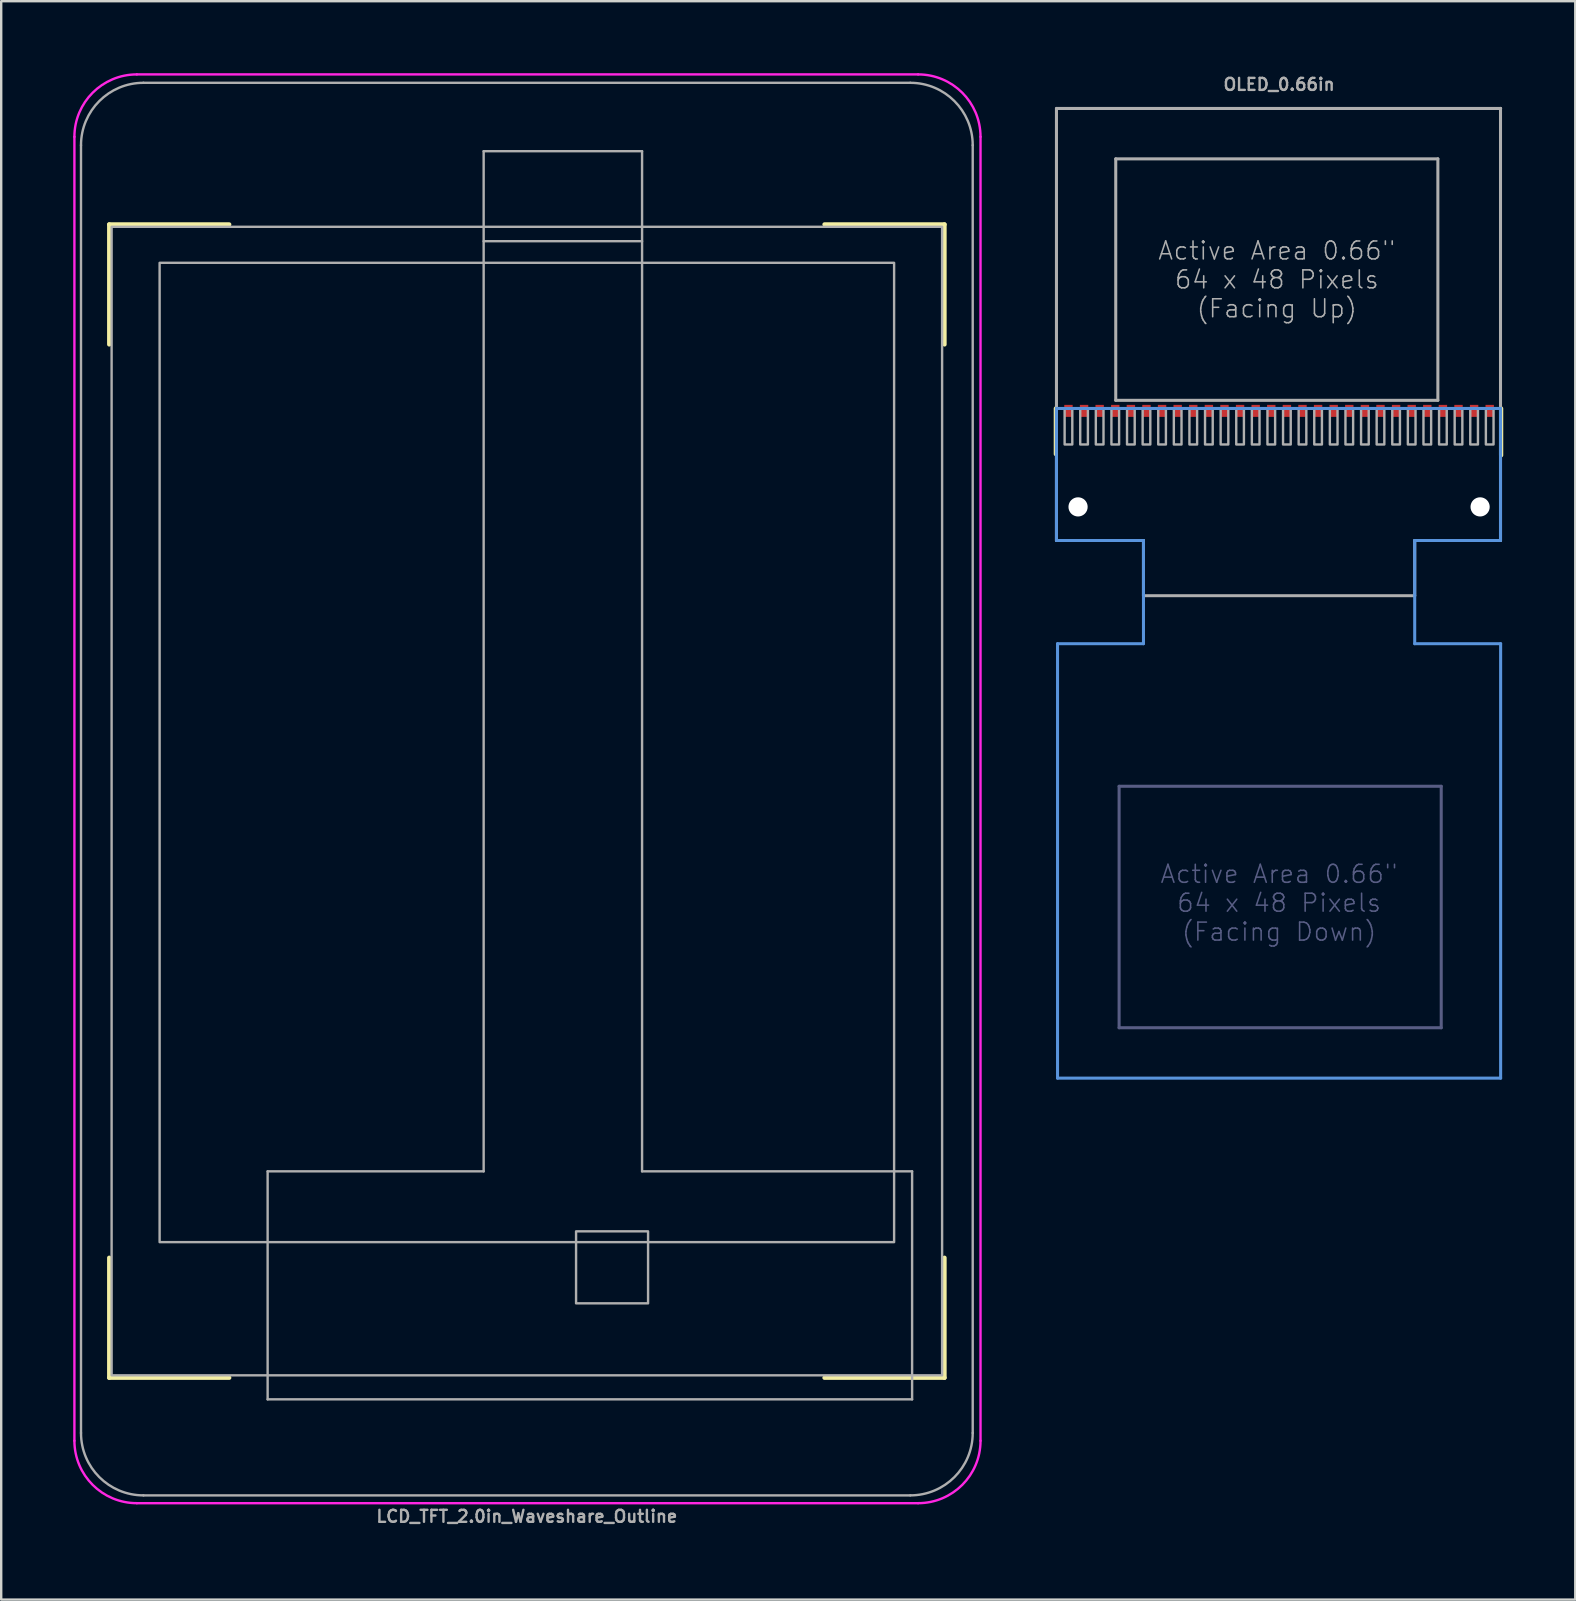
<source format=kicad_pcb>
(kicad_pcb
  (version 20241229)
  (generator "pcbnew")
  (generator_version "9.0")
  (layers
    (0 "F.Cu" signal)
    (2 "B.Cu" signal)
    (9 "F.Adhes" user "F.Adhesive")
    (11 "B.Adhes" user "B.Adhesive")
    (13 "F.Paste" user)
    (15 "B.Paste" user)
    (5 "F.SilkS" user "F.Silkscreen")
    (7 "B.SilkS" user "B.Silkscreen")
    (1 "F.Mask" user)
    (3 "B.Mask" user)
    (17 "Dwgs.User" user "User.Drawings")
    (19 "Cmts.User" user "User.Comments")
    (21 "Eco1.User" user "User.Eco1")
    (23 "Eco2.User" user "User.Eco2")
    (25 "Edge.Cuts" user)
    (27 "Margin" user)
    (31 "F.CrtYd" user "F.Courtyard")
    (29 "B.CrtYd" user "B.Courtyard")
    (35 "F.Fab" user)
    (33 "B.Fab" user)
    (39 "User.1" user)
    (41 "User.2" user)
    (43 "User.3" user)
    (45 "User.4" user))
  (footprint "OLED_0.66in"
    (layer "F.Cu")
    (at 50.239 14.668)
    (property "Reference" "OLED_0.66in" (at 0 -14.2 0) (unlocked yes) (layer "F.Fab") (effects (font (size 0.5 0.5) (thickness 0.1))))
    (fp_line (start -9.3 -0.7) (end -9.3 1.2) (stroke (width 0.178) (type default)) (layer "F.SilkS"))
    (fp_line (start 9.25 -0.7) (end 9.25 1.25) (stroke (width 0.178) (type default)) (layer "F.SilkS"))
    (fp_line (start -9.275 -0.7) (end -9.275 4.8) (stroke (width 0.127) (type solid)) (layer "Cmts.User"))
    (fp_line (start -9.275 4.8) (end -5.65 4.8) (stroke (width 0.127) (type solid)) (layer "Cmts.User"))
    (fp_line (start -9.23 9.1) (end -9.23 27.2) (stroke (width 0.127) (type solid)) (layer "Cmts.User"))
    (fp_line (start -9.23 27.2) (end 9.23 27.2) (stroke (width 0.127) (type solid)) (layer "Cmts.User"))
    (fp_line (start -5.65 4.8) (end -5.65 9.1) (stroke (width 0.127) (type solid)) (layer "Cmts.User"))
    (fp_line (start -5.65 9.1) (end -9.23 9.1) (stroke (width 0.127) (type solid)) (layer "Cmts.User"))
    (fp_line (start 5.65 4.8) (end 9.225 4.8) (stroke (width 0.127) (type solid)) (layer "Cmts.User"))
    (fp_line (start 5.65 9.1) (end 5.65 4.8) (stroke (width 0.127) (type solid)) (layer "Cmts.User"))
    (fp_line (start 9.225 -0.7) (end -9.275 -0.7) (stroke (width 0.127) (type solid)) (layer "Cmts.User"))
    (fp_line (start 9.225 4.8) (end 9.225 -0.7) (stroke (width 0.127) (type solid)) (layer "Cmts.User"))
    (fp_line (start 9.23 9.1) (end 5.65 9.1) (stroke (width 0.127) (type solid)) (layer "Cmts.User"))
    (fp_line (start 9.23 27.2) (end 9.23 9.1) (stroke (width 0.127) (type solid)) (layer "Cmts.User"))
    (fp_line (start -6.665 15.04) (end -6.665 25.1) (stroke (width 0.127) (type solid)) (layer "B.Fab"))
    (fp_line (start -6.665 25.1) (end 6.755 25.1) (stroke (width 0.127) (type solid)) (layer "B.Fab"))
    (fp_line (start 6.755 15.04) (end -6.665 15.04) (stroke (width 0.127) (type solid)) (layer "B.Fab"))
    (fp_line (start 6.755 25.1) (end 6.755 15.04) (stroke (width 0.127) (type solid)) (layer "B.Fab"))
    (fp_line (start -9.275 -13.2) (end -9.275 4.8) (stroke (width 0.127) (type solid)) (layer "F.Fab"))
    (fp_line (start -9.275 -13.2) (end 9.225 -13.2) (stroke (width 0.127) (type solid)) (layer "F.Fab"))
    (fp_line (start -9.275 4.8) (end -5.65 4.8) (stroke (width 0.127) (type solid)) (layer "F.Fab"))
    (fp_line (start -6.805 -11.1) (end -6.805 -1.04) (stroke (width 0.127) (type solid)) (layer "F.Fab"))
    (fp_line (start -6.805 -1.04) (end 6.615 -1.04) (stroke (width 0.127) (type solid)) (layer "F.Fab"))
    (fp_line (start -5.65 4.8) (end -5.65 7.1) (stroke (width 0.127) (type solid)) (layer "F.Fab"))
    (fp_line (start -5.65 7.1) (end 5.65 7.1) (stroke (width 0.127) (type solid)) (layer "F.Fab"))
    (fp_line (start 5.65 4.8) (end 9.225 4.8) (stroke (width 0.127) (type solid)) (layer "F.Fab"))
    (fp_line (start 5.65 7.1) (end 5.65 4.8) (stroke (width 0.127) (type solid)) (layer "F.Fab"))
    (fp_line (start 6.615 -11.1) (end -6.805 -11.1) (stroke (width 0.127) (type solid)) (layer "F.Fab"))
    (fp_line (start 6.615 -1.04) (end 6.615 -11.1) (stroke (width 0.127) (type solid)) (layer "F.Fab"))
    (fp_line (start 9.225 -13.2) (end 9.23 -13.2) (stroke (width 0.127) (type solid)) (layer "F.Fab"))
    (fp_line (start 9.225 4.8) (end 9.225 -13.2) (stroke (width 0.127) (type solid)) (layer "F.Fab"))
    (fp_poly (pts (xy -8.615 -0.7) (xy -8.935 -0.7) (xy -8.935 0.8) (xy -8.615 0.8)) (stroke (width 0.1) (type default)) (fill no) (layer "F.Fab"))
    (fp_poly (pts (xy -7.965 -0.7) (xy -8.285 -0.7) (xy -8.285 0.8) (xy -7.965 0.8)) (stroke (width 0.1) (type default)) (fill no) (layer "F.Fab"))
    (fp_poly (pts (xy -7.315 -0.7) (xy -7.635 -0.7) (xy -7.635 0.8) (xy -7.315 0.8)) (stroke (width 0.1) (type default)) (fill no) (layer "F.Fab"))
    (fp_poly (pts (xy -6.665 -0.7) (xy -6.985 -0.7) (xy -6.985 0.8) (xy -6.665 0.8)) (stroke (width 0.1) (type default)) (fill no) (layer "F.Fab"))
    (fp_poly (pts (xy -6.015 -0.7) (xy -6.335 -0.7) (xy -6.335 0.8) (xy -6.015 0.8)) (stroke (width 0.1) (type default)) (fill no) (layer "F.Fab"))
    (fp_poly (pts (xy -5.365 -0.7) (xy -5.685 -0.7) (xy -5.685 0.8) (xy -5.365 0.8)) (stroke (width 0.1) (type default)) (fill no) (layer "F.Fab"))
    (fp_poly (pts (xy -4.715 -0.7) (xy -5.035 -0.7) (xy -5.035 0.8) (xy -4.715 0.8)) (stroke (width 0.1) (type default)) (fill no) (layer "F.Fab"))
    (fp_poly (pts (xy -4.065 -0.7) (xy -4.385 -0.7) (xy -4.385 0.8) (xy -4.065 0.8)) (stroke (width 0.1) (type default)) (fill no) (layer "F.Fab"))
    (fp_poly (pts (xy -3.415 -0.7) (xy -3.735 -0.7) (xy -3.735 0.8) (xy -3.415 0.8)) (stroke (width 0.1) (type default)) (fill no) (layer "F.Fab"))
    (fp_poly (pts (xy -2.765 -0.7) (xy -3.085 -0.7) (xy -3.085 0.8) (xy -2.765 0.8)) (stroke (width 0.1) (type default)) (fill no) (layer "F.Fab"))
    (fp_poly (pts (xy -2.115 -0.7) (xy -2.435 -0.7) (xy -2.435 0.8) (xy -2.115 0.8)) (stroke (width 0.1) (type default)) (fill no) (layer "F.Fab"))
    (fp_poly (pts (xy -1.465 -0.7) (xy -1.785 -0.7) (xy -1.785 0.8) (xy -1.465 0.8)) (stroke (width 0.1) (type default)) (fill no) (layer "F.Fab"))
    (fp_poly (pts (xy -0.815 -0.7) (xy -1.135 -0.7) (xy -1.135 0.8) (xy -0.815 0.8)) (stroke (width 0.1) (type default)) (fill no) (layer "F.Fab"))
    (fp_poly (pts (xy -0.165 -0.7) (xy -0.485 -0.7) (xy -0.485 0.8) (xy -0.165 0.8)) (stroke (width 0.1) (type default)) (fill no) (layer "F.Fab"))
    (fp_poly (pts (xy 0.485 -0.7) (xy 0.165 -0.7) (xy 0.165 0.8) (xy 0.485 0.8)) (stroke (width 0.1) (type default)) (fill no) (layer "F.Fab"))
    (fp_poly (pts (xy 1.135 -0.7) (xy 0.815 -0.7) (xy 0.815 0.8) (xy 1.135 0.8)) (stroke (width 0.1) (type default)) (fill no) (layer "F.Fab"))
    (fp_poly (pts (xy 1.785 -0.7) (xy 1.465 -0.7) (xy 1.465 0.8) (xy 1.785 0.8)) (stroke (width 0.1) (type default)) (fill no) (layer "F.Fab"))
    (fp_poly (pts (xy 2.435 -0.7) (xy 2.115 -0.7) (xy 2.115 0.8) (xy 2.435 0.8)) (stroke (width 0.1) (type default)) (fill no) (layer "F.Fab"))
    (fp_poly (pts (xy 3.085 -0.7) (xy 2.765 -0.7) (xy 2.765 0.8) (xy 3.085 0.8)) (stroke (width 0.1) (type default)) (fill no) (layer "F.Fab"))
    (fp_poly (pts (xy 3.735 -0.7) (xy 3.415 -0.7) (xy 3.415 0.8) (xy 3.735 0.8)) (stroke (width 0.1) (type default)) (fill no) (layer "F.Fab"))
    (fp_poly (pts (xy 4.385 -0.7) (xy 4.065 -0.7) (xy 4.065 0.8) (xy 4.385 0.8)) (stroke (width 0.1) (type default)) (fill no) (layer "F.Fab"))
    (fp_poly (pts (xy 5.035 -0.7) (xy 4.715 -0.7) (xy 4.715 0.8) (xy 5.035 0.8)) (stroke (width 0.1) (type default)) (fill no) (layer "F.Fab"))
    (fp_poly (pts (xy 5.685 -0.7) (xy 5.365 -0.7) (xy 5.365 0.8) (xy 5.685 0.8)) (stroke (width 0.1) (type default)) (fill no) (layer "F.Fab"))
    (fp_poly (pts (xy 6.335 -0.7) (xy 6.015 -0.7) (xy 6.015 0.8) (xy 6.335 0.8)) (stroke (width 0.1) (type default)) (fill no) (layer "F.Fab"))
    (fp_poly (pts (xy 6.985 -0.7) (xy 6.665 -0.7) (xy 6.665 0.8) (xy 6.985 0.8)) (stroke (width 0.1) (type default)) (fill no) (layer "F.Fab"))
    (fp_poly (pts (xy 7.635 -0.7) (xy 7.315 -0.7) (xy 7.315 0.8) (xy 7.635 0.8)) (stroke (width 0.1) (type default)) (fill no) (layer "F.Fab"))
    (fp_poly (pts (xy 8.285 -0.7) (xy 7.965 -0.7) (xy 7.965 0.8) (xy 8.285 0.8)) (stroke (width 0.1) (type default)) (fill no) (layer "F.Fab"))
    (fp_poly (pts (xy 8.935 -0.7) (xy 8.615 -0.7) (xy 8.615 0.8) (xy 8.935 0.8)) (stroke (width 0.1) (type default)) (fill no) (layer "F.Fab"))
    (fp_text user "Active Area 0.66\"\n64 x 48 Pixels\n(Facing Down)" (at 0 19.9 0) (layer "B.Fab") (effects (font (size 0.748 0.748) (thickness 0.065))))
    (fp_text user "Active Area 0.66\"\n64 x 48 Pixels\n(Facing Up)" (at -0.095 -6.07 0) (layer "F.Fab") (effects (font (size 0.748 0.748) (thickness 0.065))))
    (pad "" np_thru_hole circle (at -8.375 3.4) (size 0.8 0.8) (drill 0.8) (layers "*.Cu" "*.Mask"))
    (pad "" np_thru_hole circle (at 8.375 3.4) (size 0.8 0.8) (drill 0.8) (layers "*.Cu" "*.Mask"))
    (pad "1" smd rect (at -8.775 -0.6) (size 0.35 0.5) (layers "F.Cu" "F.Mask" "F.Paste"))
    (pad "2" smd rect (at -8.125 -0.6) (size 0.35 0.5) (layers "F.Cu" "F.Mask" "F.Paste"))
    (pad "3" smd rect (at -7.475 -0.6) (size 0.35 0.5) (layers "F.Cu" "F.Mask" "F.Paste"))
    (pad "4" smd rect (at -6.825 -0.6) (size 0.35 0.5) (layers "F.Cu" "F.Mask" "F.Paste"))
    (pad "5" smd rect (at -6.175 -0.6) (size 0.35 0.5) (layers "F.Cu" "F.Mask" "F.Paste"))
    (pad "6" smd rect (at -5.525 -0.6) (size 0.35 0.5) (layers "F.Cu" "F.Mask" "F.Paste"))
    (pad "7" smd rect (at -4.875 -0.6) (size 0.35 0.5) (layers "F.Cu" "F.Mask" "F.Paste"))
    (pad "8" smd rect (at -4.225 -0.6) (size 0.35 0.5) (layers "F.Cu" "F.Mask" "F.Paste"))
    (pad "9" smd rect (at -3.575 -0.6) (size 0.35 0.5) (layers "F.Cu" "F.Mask" "F.Paste"))
    (pad "10" smd rect (at -2.925 -0.6) (size 0.35 0.5) (layers "F.Cu" "F.Mask" "F.Paste"))
    (pad "11" smd rect (at -2.275 -0.6) (size 0.35 0.5) (layers "F.Cu" "F.Mask" "F.Paste"))
    (pad "12" smd rect (at -1.625 -0.6) (size 0.35 0.5) (layers "F.Cu" "F.Mask" "F.Paste"))
    (pad "13" smd rect (at -0.975 -0.6) (size 0.35 0.5) (layers "F.Cu" "F.Mask" "F.Paste"))
    (pad "14" smd rect (at -0.325 -0.6) (size 0.35 0.5) (layers "F.Cu" "F.Mask" "F.Paste"))
    (pad "15" smd rect (at 0.325 -0.6) (size 0.35 0.5) (layers "F.Cu" "F.Mask" "F.Paste"))
    (pad "16" smd rect (at 0.975 -0.6) (size 0.35 0.5) (layers "F.Cu" "F.Mask" "F.Paste"))
    (pad "17" smd rect (at 1.625 -0.6) (size 0.35 0.5) (layers "F.Cu" "F.Mask" "F.Paste"))
    (pad "18" smd rect (at 2.275 -0.6) (size 0.35 0.5) (layers "F.Cu" "F.Mask" "F.Paste"))
    (pad "19" smd rect (at 2.925 -0.6) (size 0.35 0.5) (layers "F.Cu" "F.Mask" "F.Paste"))
    (pad "20" smd rect (at 3.575 -0.6) (size 0.35 0.5) (layers "F.Cu" "F.Mask" "F.Paste"))
    (pad "21" smd rect (at 4.225 -0.6) (size 0.35 0.5) (layers "F.Cu" "F.Mask" "F.Paste"))
    (pad "22" smd rect (at 4.875 -0.6) (size 0.35 0.5) (layers "F.Cu" "F.Mask" "F.Paste"))
    (pad "23" smd rect (at 5.525 -0.6) (size 0.35 0.5) (layers "F.Cu" "F.Mask" "F.Paste"))
    (pad "24" smd rect (at 6.175 -0.6) (size 0.35 0.5) (layers "F.Cu" "F.Mask" "F.Paste"))
    (pad "25" smd rect (at 6.825 -0.6) (size 0.35 0.5) (layers "F.Cu" "F.Mask" "F.Paste"))
    (pad "26" smd rect (at 7.475 -0.6) (size 0.35 0.5) (layers "F.Cu" "F.Mask" "F.Paste"))
    (pad "27" smd rect (at 8.125 -0.6) (size 0.35 0.5) (layers "F.Cu" "F.Mask" "F.Paste"))
    (pad "28" smd rect (at 8.775 -0.6) (size 0.35 0.5) (layers "F.Cu" "F.Mask" "F.Paste")))
  (footprint "LCD_TFT_2.0in_Waveshare_Outline"
    (layer "F.Cu")
    (at 18.9 29.825)
    (property "Reference" "LCD_TFT_2.0in_Waveshare_Outline" (at 0 30.3 0) (unlocked yes) (layer "F.Fab") (effects (font (size 0.5 0.5) (thickness 0.1))))
    (fp_line (start -17.4 -23.525) (end -12.4 -23.525) (stroke (width 0.178) (type default)) (layer "F.SilkS"))
    (fp_line (start -17.4 -18.525) (end -17.4 -23.525) (stroke (width 0.178) (type default)) (layer "F.SilkS"))
    (fp_line (start -17.4 24.525) (end -17.4 19.525) (stroke (width 0.178) (type default)) (layer "F.SilkS"))
    (fp_line (start -12.4 24.525) (end -17.4 24.525) (stroke (width 0.178) (type default)) (layer "F.SilkS"))
    (fp_line (start 12.4 -23.525) (end 17.4 -23.525) (stroke (width 0.178) (type default)) (layer "F.SilkS"))
    (fp_line (start 17.4 -23.525) (end 17.4 -18.525) (stroke (width 0.178) (type default)) (layer "F.SilkS"))
    (fp_line (start 17.4 19.525) (end 17.4 24.525) (stroke (width 0.178) (type default)) (layer "F.SilkS"))
    (fp_line (start 17.4 24.525) (end 12.4 24.525) (stroke (width 0.178) (type default)) (layer "F.SilkS"))
    (fp_line (start -18.85 27.15) (end -18.85 -27.175) (stroke (width 0.1) (type default)) (layer "F.CrtYd"))
    (fp_line (start -16.25 29.75) (end 16.3 29.75) (stroke (width 0.1) (type default)) (layer "F.CrtYd"))
    (fp_line (start 16.3 -29.775) (end -16.25 -29.775) (stroke (width 0.1) (type default)) (layer "F.CrtYd"))
    (fp_line (start 18.9 27.15) (end 18.9 -27.175) (stroke (width 0.1) (type default)) (layer "F.CrtYd"))
    (fp_arc (start -18.85 -27.175) (mid -18.088478 -29.013478) (end -16.25 -29.775) (stroke (width 0.1) (type default)) (layer "F.CrtYd"))
    (fp_arc (start -16.25 29.75) (mid -18.088478 28.988478) (end -18.85 27.15) (stroke (width 0.1) (type default)) (layer "F.CrtYd"))
    (fp_arc (start 16.3 -29.775) (mid 18.138478 -29.013478) (end 18.9 -27.175) (stroke (width 0.1) (type default)) (layer "F.CrtYd"))
    (fp_arc (start 18.9 27.15) (mid 18.138478 28.988478) (end 16.3 29.75) (stroke (width 0.1) (type default)) (layer "F.CrtYd"))
    (fp_line (start -18.575 -26.825) (end -18.575 26.825) (stroke (width 0.1) (type default)) (layer "F.Fab"))
    (fp_line (start -15.975 29.425) (end 15.975 29.425) (stroke (width 0.1) (type default)) (layer "F.Fab"))
    (fp_line (start -10.8 15.925) (end -10.8 25.425) (stroke (width 0.1) (type default)) (layer "F.Fab"))
    (fp_line (start -10.8 15.925) (end -1.8 15.925) (stroke (width 0.1) (type default)) (layer "F.Fab"))
    (fp_line (start -10.8 25.425) (end 16.05 25.425) (stroke (width 0.1) (type default)) (layer "F.Fab"))
    (fp_line (start -1.8 -26.575) (end -1.8 15.925) (stroke (width 0.1) (type default)) (layer "F.Fab"))
    (fp_line (start -1.8 -26.575) (end 4.8 -26.575) (stroke (width 0.1) (type default)) (layer "F.Fab"))
    (fp_line (start -1.8 -22.825) (end 4.8 -22.825) (stroke (width 0.1) (type default)) (layer "F.Fab"))
    (fp_line (start 4.8 -26.575) (end 4.8 15.925) (stroke (width 0.1) (type default)) (layer "F.Fab"))
    (fp_line (start 4.8 15.925) (end 16.05 15.925) (stroke (width 0.1) (type default)) (layer "F.Fab"))
    (fp_line (start 15.975 -29.425) (end -15.975 -29.425) (stroke (width 0.1) (type default)) (layer "F.Fab"))
    (fp_line (start 16.05 15.925) (end 16.05 25.425) (stroke (width 0.1) (type default)) (layer "F.Fab"))
    (fp_line (start 18.575 26.825) (end 18.575 -26.825) (stroke (width 0.1) (type default)) (layer "F.Fab"))
    (fp_rect (start -17.3 -23.425) (end 17.3 24.425) (stroke (width 0.1) (type default)) (fill no) (layer "F.Fab"))
    (fp_rect (start -15.3 -21.925) (end 15.3 18.875) (stroke (width 0.1) (type default)) (fill no) (layer "F.Fab"))
    (fp_rect (start 2.05 18.425) (end 5.05 21.425) (stroke (width 0.1) (type default)) (fill no) (layer "F.Fab"))
    (fp_arc (start -18.575 -26.825) (mid -17.813478 -28.663478) (end -15.975 -29.425) (stroke (width 0.1) (type default)) (layer "F.Fab"))
    (fp_arc (start -15.975 29.425) (mid -17.813478 28.663478) (end -18.575 26.825) (stroke (width 0.1) (type default)) (layer "F.Fab"))
    (fp_arc (start 15.975 -29.425) (mid 17.813478 -28.663478) (end 18.575 -26.825) (stroke (width 0.1) (type default)) (layer "F.Fab"))
    (fp_arc (start 18.575 26.825) (mid 17.813478 28.663478) (end 15.975 29.425) (stroke (width 0.1) (type default)) (layer "F.Fab"))
    (fp_line (start -13 -18.5) (end -13 -16.5) (stroke (width 0.1) (type default)) (layer "User.2"))
    (fp_line (start -13 -16.5) (end -13.5 -17) (stroke (width 0.1) (type default)) (layer "User.2"))
    (fp_line (start -13 -16.5) (end -12.5 -17) (stroke (width 0.1) (type default)) (layer "User.2"))
    (fp_line (start -10 -20.5) (end -8 -20.5) (stroke (width 0.1) (type default)) (layer "User.2"))
    (fp_line (start -8 -20.5) (end -8.5 -21) (stroke (width 0.1) (type default)) (layer "User.2"))
    (fp_line (start -8 -20.5) (end -8.5 -20) (stroke (width 0.1) (type default)) (layer "User.2"))
    (fp_line (start -1.8 -24.075) (end 4.8 -24.075) (stroke (width 0.1) (type default)) (layer "User.2"))
    (fp_line (start -18.575 0) (end 18.575 0) (stroke (width 0.1) (type default)) (layer "User.8"))
    (fp_line (start 0 -29.425) (end 0 29.425) (stroke (width 0.1) (type default)) (layer "User.8"))
    (fp_text user "TC" (at 3.5 20 0) (unlocked yes) (layer "User.2") (effects (font (size 1 1) (thickness 0.15))))
    (fp_text user "(0,0)" (at -13 -20.5 0) (unlocked yes) (layer "User.2") (effects (font (size 1 1) (thickness 0.15))))
    (fp_text user "FPC" (at 1.5 -20.5 0) (unlocked yes) (layer "User.2") (effects (font (size 1 1) (thickness 0.15))))
    (fp_text user "Screen Area" (at 10.5 -21 0) (unlocked yes) (layer "User.2") (effects (font (size 1 1) (thickness 0.15))))
    (fp_text user "y" (at -12 -18.5 0) (unlocked yes) (layer "User.2") (effects (font (size 1 1) (thickness 0.15))))
    (fp_text user "Bezel" (at 15.5 -28 0) (unlocked yes) (layer "User.2") (effects (font (size 1 1) (thickness 0.15))))
    (fp_text user "x" (at -10 -19.5 0) (unlocked yes) (layer "User.2") (effects (font (size 1 1) (thickness 0.15))))
    (fp_text user "Metal Can" (at 13.1 -22.6 0) (unlocked yes) (layer "User.2") (effects (font (size 1 1) (thickness 0.15))))
    (fp_text user "21" (at -1.6 -25.9 180) (unlocked yes) (layer "User.2") (effects (font (size 1 1) (thickness 0.15)) (justify left bottom mirror)))
    (fp_text user "1" (at 3.7 -26 180) (unlocked yes) (layer "User.2") (effects (font (size 1 1) (thickness 0.15)) (justify left bottom mirror))))
  (gr_rect
    (start -3 -3)
    (end 62.578 63.593)
    (stroke (width 0.1) (type default))
    (fill no)
    (layer "Edge.Cuts")))
</source>
